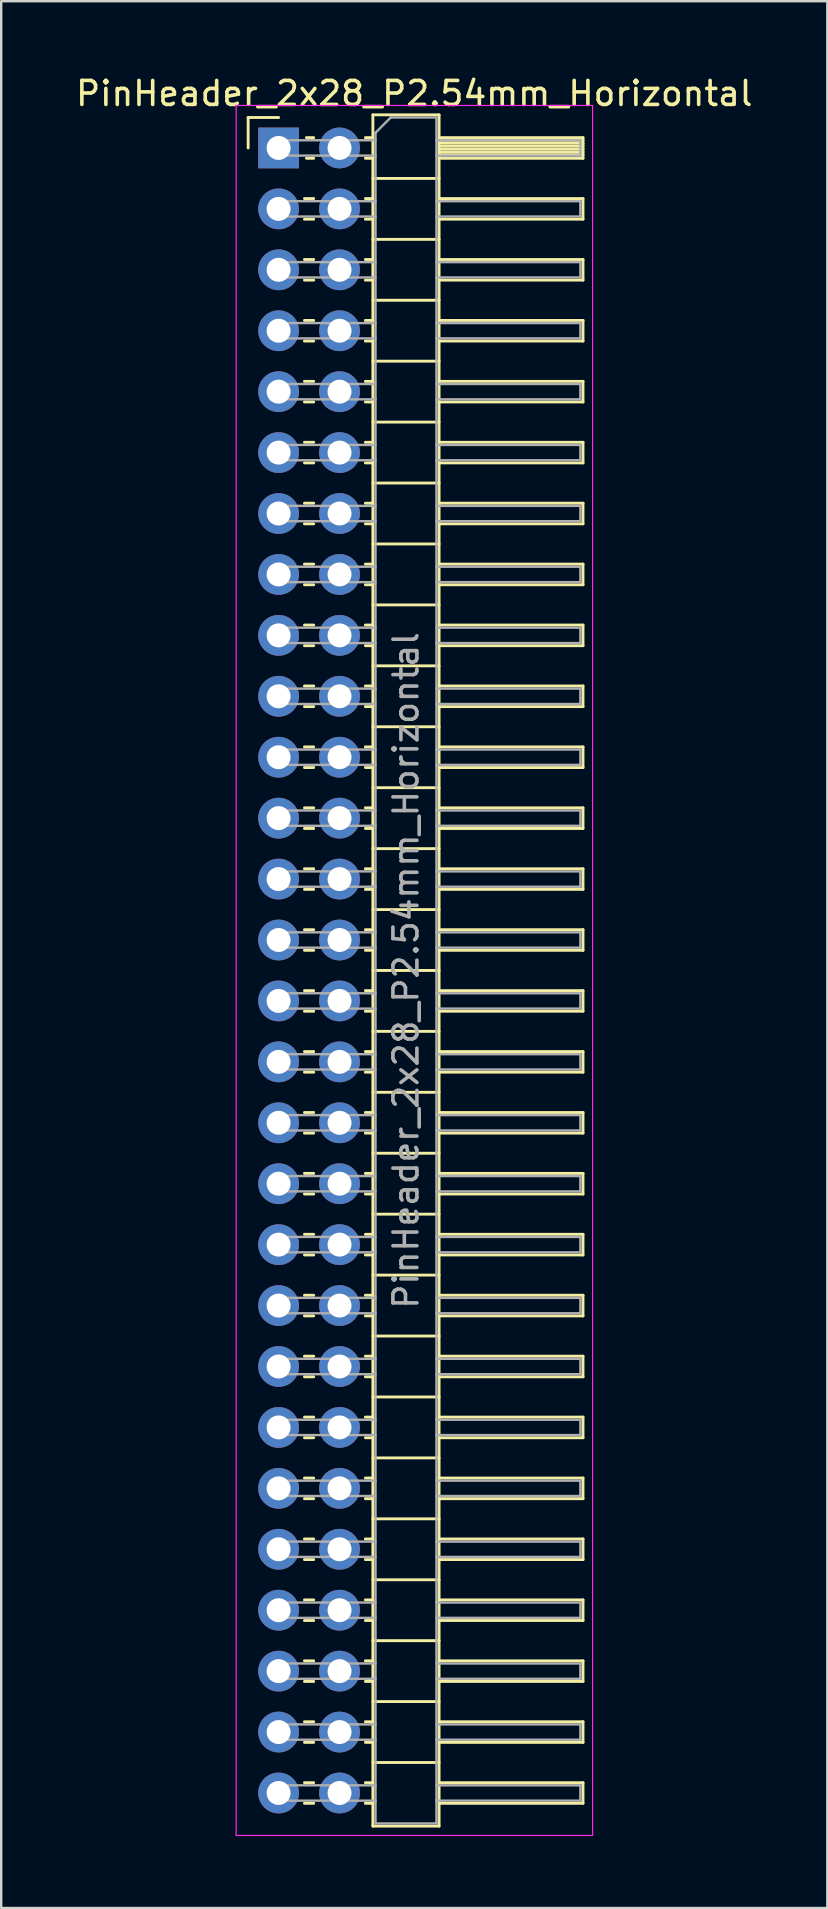
<source format=kicad_pcb>
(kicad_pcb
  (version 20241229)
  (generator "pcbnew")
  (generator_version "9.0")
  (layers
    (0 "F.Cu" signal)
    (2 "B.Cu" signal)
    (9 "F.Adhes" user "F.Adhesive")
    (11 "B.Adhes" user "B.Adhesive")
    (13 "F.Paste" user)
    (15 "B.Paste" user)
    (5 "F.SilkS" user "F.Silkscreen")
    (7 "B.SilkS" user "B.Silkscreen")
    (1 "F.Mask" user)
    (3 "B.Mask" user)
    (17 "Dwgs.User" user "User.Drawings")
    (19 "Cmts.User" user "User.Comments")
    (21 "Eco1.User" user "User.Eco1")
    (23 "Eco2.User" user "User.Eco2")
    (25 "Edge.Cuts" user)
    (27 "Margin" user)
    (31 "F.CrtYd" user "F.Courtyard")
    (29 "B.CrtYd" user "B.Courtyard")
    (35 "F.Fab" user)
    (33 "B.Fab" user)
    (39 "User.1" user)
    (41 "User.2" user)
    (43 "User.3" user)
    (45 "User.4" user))
  (footprint "PinHeader_2x28_P2.54mm_Horizontal"
    (layer "F.Cu")
    (at 8.565 3.118)
    (property "Reference" "PinHeader_2x28_P2.54mm_Horizontal" (at 5.655 -2.27 0) (layer "F.SilkS") (effects (font (size 1 1) (thickness 0.15))))
    (attr through_hole)
    (fp_line (start -1.27 -1.27) (end 0 -1.27) (stroke (width 0.12) (type solid)) (layer "F.SilkS"))
    (fp_line (start -1.27 0) (end -1.27 -1.27) (stroke (width 0.12) (type solid)) (layer "F.SilkS"))
    (fp_line (start 1.077 2.11) (end 1.463 2.11) (stroke (width 0.12) (type solid)) (layer "F.SilkS"))
    (fp_line (start 1.077 2.97) (end 1.463 2.97) (stroke (width 0.12) (type solid)) (layer "F.SilkS"))
    (fp_line (start 1.077 4.65) (end 1.463 4.65) (stroke (width 0.12) (type solid)) (layer "F.SilkS"))
    (fp_line (start 1.077 5.51) (end 1.463 5.51) (stroke (width 0.12) (type solid)) (layer "F.SilkS"))
    (fp_line (start 1.077 7.19) (end 1.463 7.19) (stroke (width 0.12) (type solid)) (layer "F.SilkS"))
    (fp_line (start 1.077 8.05) (end 1.463 8.05) (stroke (width 0.12) (type solid)) (layer "F.SilkS"))
    (fp_line (start 1.077 9.73) (end 1.463 9.73) (stroke (width 0.12) (type solid)) (layer "F.SilkS"))
    (fp_line (start 1.077 10.59) (end 1.463 10.59) (stroke (width 0.12) (type solid)) (layer "F.SilkS"))
    (fp_line (start 1.077 12.27) (end 1.463 12.27) (stroke (width 0.12) (type solid)) (layer "F.SilkS"))
    (fp_line (start 1.077 13.13) (end 1.463 13.13) (stroke (width 0.12) (type solid)) (layer "F.SilkS"))
    (fp_line (start 1.077 14.81) (end 1.463 14.81) (stroke (width 0.12) (type solid)) (layer "F.SilkS"))
    (fp_line (start 1.077 15.67) (end 1.463 15.67) (stroke (width 0.12) (type solid)) (layer "F.SilkS"))
    (fp_line (start 1.077 17.35) (end 1.463 17.35) (stroke (width 0.12) (type solid)) (layer "F.SilkS"))
    (fp_line (start 1.077 18.21) (end 1.463 18.21) (stroke (width 0.12) (type solid)) (layer "F.SilkS"))
    (fp_line (start 1.077 19.89) (end 1.463 19.89) (stroke (width 0.12) (type solid)) (layer "F.SilkS"))
    (fp_line (start 1.077 20.75) (end 1.463 20.75) (stroke (width 0.12) (type solid)) (layer "F.SilkS"))
    (fp_line (start 1.077 22.43) (end 1.463 22.43) (stroke (width 0.12) (type solid)) (layer "F.SilkS"))
    (fp_line (start 1.077 23.29) (end 1.463 23.29) (stroke (width 0.12) (type solid)) (layer "F.SilkS"))
    (fp_line (start 1.077 24.97) (end 1.463 24.97) (stroke (width 0.12) (type solid)) (layer "F.SilkS"))
    (fp_line (start 1.077 25.83) (end 1.463 25.83) (stroke (width 0.12) (type solid)) (layer "F.SilkS"))
    (fp_line (start 1.077 27.51) (end 1.463 27.51) (stroke (width 0.12) (type solid)) (layer "F.SilkS"))
    (fp_line (start 1.077 28.37) (end 1.463 28.37) (stroke (width 0.12) (type solid)) (layer "F.SilkS"))
    (fp_line (start 1.077 30.05) (end 1.463 30.05) (stroke (width 0.12) (type solid)) (layer "F.SilkS"))
    (fp_line (start 1.077 30.91) (end 1.463 30.91) (stroke (width 0.12) (type solid)) (layer "F.SilkS"))
    (fp_line (start 1.077 32.59) (end 1.463 32.59) (stroke (width 0.12) (type solid)) (layer "F.SilkS"))
    (fp_line (start 1.077 33.45) (end 1.463 33.45) (stroke (width 0.12) (type solid)) (layer "F.SilkS"))
    (fp_line (start 1.077 35.13) (end 1.463 35.13) (stroke (width 0.12) (type solid)) (layer "F.SilkS"))
    (fp_line (start 1.077 35.99) (end 1.463 35.99) (stroke (width 0.12) (type solid)) (layer "F.SilkS"))
    (fp_line (start 1.077 37.67) (end 1.463 37.67) (stroke (width 0.12) (type solid)) (layer "F.SilkS"))
    (fp_line (start 1.077 38.53) (end 1.463 38.53) (stroke (width 0.12) (type solid)) (layer "F.SilkS"))
    (fp_line (start 1.077 40.21) (end 1.463 40.21) (stroke (width 0.12) (type solid)) (layer "F.SilkS"))
    (fp_line (start 1.077 41.07) (end 1.463 41.07) (stroke (width 0.12) (type solid)) (layer "F.SilkS"))
    (fp_line (start 1.077 42.75) (end 1.463 42.75) (stroke (width 0.12) (type solid)) (layer "F.SilkS"))
    (fp_line (start 1.077 43.61) (end 1.463 43.61) (stroke (width 0.12) (type solid)) (layer "F.SilkS"))
    (fp_line (start 1.077 45.29) (end 1.463 45.29) (stroke (width 0.12) (type solid)) (layer "F.SilkS"))
    (fp_line (start 1.077 46.15) (end 1.463 46.15) (stroke (width 0.12) (type solid)) (layer "F.SilkS"))
    (fp_line (start 1.077 47.83) (end 1.463 47.83) (stroke (width 0.12) (type solid)) (layer "F.SilkS"))
    (fp_line (start 1.077 48.69) (end 1.463 48.69) (stroke (width 0.12) (type solid)) (layer "F.SilkS"))
    (fp_line (start 1.077 50.37) (end 1.463 50.37) (stroke (width 0.12) (type solid)) (layer "F.SilkS"))
    (fp_line (start 1.077 51.23) (end 1.463 51.23) (stroke (width 0.12) (type solid)) (layer "F.SilkS"))
    (fp_line (start 1.077 52.91) (end 1.463 52.91) (stroke (width 0.12) (type solid)) (layer "F.SilkS"))
    (fp_line (start 1.077 53.77) (end 1.463 53.77) (stroke (width 0.12) (type solid)) (layer "F.SilkS"))
    (fp_line (start 1.077 55.45) (end 1.463 55.45) (stroke (width 0.12) (type solid)) (layer "F.SilkS"))
    (fp_line (start 1.077 56.31) (end 1.463 56.31) (stroke (width 0.12) (type solid)) (layer "F.SilkS"))
    (fp_line (start 1.077 57.99) (end 1.463 57.99) (stroke (width 0.12) (type solid)) (layer "F.SilkS"))
    (fp_line (start 1.077 58.85) (end 1.463 58.85) (stroke (width 0.12) (type solid)) (layer "F.SilkS"))
    (fp_line (start 1.077 60.53) (end 1.463 60.53) (stroke (width 0.12) (type solid)) (layer "F.SilkS"))
    (fp_line (start 1.077 61.39) (end 1.463 61.39) (stroke (width 0.12) (type solid)) (layer "F.SilkS"))
    (fp_line (start 1.077 63.07) (end 1.463 63.07) (stroke (width 0.12) (type solid)) (layer "F.SilkS"))
    (fp_line (start 1.077 63.93) (end 1.463 63.93) (stroke (width 0.12) (type solid)) (layer "F.SilkS"))
    (fp_line (start 1.077 65.61) (end 1.463 65.61) (stroke (width 0.12) (type solid)) (layer "F.SilkS"))
    (fp_line (start 1.077 66.47) (end 1.463 66.47) (stroke (width 0.12) (type solid)) (layer "F.SilkS"))
    (fp_line (start 1.077 68.15) (end 1.463 68.15) (stroke (width 0.12) (type solid)) (layer "F.SilkS"))
    (fp_line (start 1.077 69.01) (end 1.463 69.01) (stroke (width 0.12) (type solid)) (layer "F.SilkS"))
    (fp_line (start 1.16 -0.43) (end 1.463 -0.43) (stroke (width 0.12) (type solid)) (layer "F.SilkS"))
    (fp_line (start 1.16 0.43) (end 1.463 0.43) (stroke (width 0.12) (type solid)) (layer "F.SilkS"))
    (fp_line (start 3.617 -0.43) (end 3.93 -0.43) (stroke (width 0.12) (type solid)) (layer "F.SilkS"))
    (fp_line (start 3.617 0.43) (end 3.93 0.43) (stroke (width 0.12) (type solid)) (layer "F.SilkS"))
    (fp_line (start 3.617 2.11) (end 3.93 2.11) (stroke (width 0.12) (type solid)) (layer "F.SilkS"))
    (fp_line (start 3.617 2.97) (end 3.93 2.97) (stroke (width 0.12) (type solid)) (layer "F.SilkS"))
    (fp_line (start 3.617 4.65) (end 3.93 4.65) (stroke (width 0.12) (type solid)) (layer "F.SilkS"))
    (fp_line (start 3.617 5.51) (end 3.93 5.51) (stroke (width 0.12) (type solid)) (layer "F.SilkS"))
    (fp_line (start 3.617 7.19) (end 3.93 7.19) (stroke (width 0.12) (type solid)) (layer "F.SilkS"))
    (fp_line (start 3.617 8.05) (end 3.93 8.05) (stroke (width 0.12) (type solid)) (layer "F.SilkS"))
    (fp_line (start 3.617 9.73) (end 3.93 9.73) (stroke (width 0.12) (type solid)) (layer "F.SilkS"))
    (fp_line (start 3.617 10.59) (end 3.93 10.59) (stroke (width 0.12) (type solid)) (layer "F.SilkS"))
    (fp_line (start 3.617 12.27) (end 3.93 12.27) (stroke (width 0.12) (type solid)) (layer "F.SilkS"))
    (fp_line (start 3.617 13.13) (end 3.93 13.13) (stroke (width 0.12) (type solid)) (layer "F.SilkS"))
    (fp_line (start 3.617 14.81) (end 3.93 14.81) (stroke (width 0.12) (type solid)) (layer "F.SilkS"))
    (fp_line (start 3.617 15.67) (end 3.93 15.67) (stroke (width 0.12) (type solid)) (layer "F.SilkS"))
    (fp_line (start 3.617 17.35) (end 3.93 17.35) (stroke (width 0.12) (type solid)) (layer "F.SilkS"))
    (fp_line (start 3.617 18.21) (end 3.93 18.21) (stroke (width 0.12) (type solid)) (layer "F.SilkS"))
    (fp_line (start 3.617 19.89) (end 3.93 19.89) (stroke (width 0.12) (type solid)) (layer "F.SilkS"))
    (fp_line (start 3.617 20.75) (end 3.93 20.75) (stroke (width 0.12) (type solid)) (layer "F.SilkS"))
    (fp_line (start 3.617 22.43) (end 3.93 22.43) (stroke (width 0.12) (type solid)) (layer "F.SilkS"))
    (fp_line (start 3.617 23.29) (end 3.93 23.29) (stroke (width 0.12) (type solid)) (layer "F.SilkS"))
    (fp_line (start 3.617 24.97) (end 3.93 24.97) (stroke (width 0.12) (type solid)) (layer "F.SilkS"))
    (fp_line (start 3.617 25.83) (end 3.93 25.83) (stroke (width 0.12) (type solid)) (layer "F.SilkS"))
    (fp_line (start 3.617 27.51) (end 3.93 27.51) (stroke (width 0.12) (type solid)) (layer "F.SilkS"))
    (fp_line (start 3.617 28.37) (end 3.93 28.37) (stroke (width 0.12) (type solid)) (layer "F.SilkS"))
    (fp_line (start 3.617 30.05) (end 3.93 30.05) (stroke (width 0.12) (type solid)) (layer "F.SilkS"))
    (fp_line (start 3.617 30.91) (end 3.93 30.91) (stroke (width 0.12) (type solid)) (layer "F.SilkS"))
    (fp_line (start 3.617 32.59) (end 3.93 32.59) (stroke (width 0.12) (type solid)) (layer "F.SilkS"))
    (fp_line (start 3.617 33.45) (end 3.93 33.45) (stroke (width 0.12) (type solid)) (layer "F.SilkS"))
    (fp_line (start 3.617 35.13) (end 3.93 35.13) (stroke (width 0.12) (type solid)) (layer "F.SilkS"))
    (fp_line (start 3.617 35.99) (end 3.93 35.99) (stroke (width 0.12) (type solid)) (layer "F.SilkS"))
    (fp_line (start 3.617 37.67) (end 3.93 37.67) (stroke (width 0.12) (type solid)) (layer "F.SilkS"))
    (fp_line (start 3.617 38.53) (end 3.93 38.53) (stroke (width 0.12) (type solid)) (layer "F.SilkS"))
    (fp_line (start 3.617 40.21) (end 3.93 40.21) (stroke (width 0.12) (type solid)) (layer "F.SilkS"))
    (fp_line (start 3.617 41.07) (end 3.93 41.07) (stroke (width 0.12) (type solid)) (layer "F.SilkS"))
    (fp_line (start 3.617 42.75) (end 3.93 42.75) (stroke (width 0.12) (type solid)) (layer "F.SilkS"))
    (fp_line (start 3.617 43.61) (end 3.93 43.61) (stroke (width 0.12) (type solid)) (layer "F.SilkS"))
    (fp_line (start 3.617 45.29) (end 3.93 45.29) (stroke (width 0.12) (type solid)) (layer "F.SilkS"))
    (fp_line (start 3.617 46.15) (end 3.93 46.15) (stroke (width 0.12) (type solid)) (layer "F.SilkS"))
    (fp_line (start 3.617 47.83) (end 3.93 47.83) (stroke (width 0.12) (type solid)) (layer "F.SilkS"))
    (fp_line (start 3.617 48.69) (end 3.93 48.69) (stroke (width 0.12) (type solid)) (layer "F.SilkS"))
    (fp_line (start 3.617 50.37) (end 3.93 50.37) (stroke (width 0.12) (type solid)) (layer "F.SilkS"))
    (fp_line (start 3.617 51.23) (end 3.93 51.23) (stroke (width 0.12) (type solid)) (layer "F.SilkS"))
    (fp_line (start 3.617 52.91) (end 3.93 52.91) (stroke (width 0.12) (type solid)) (layer "F.SilkS"))
    (fp_line (start 3.617 53.77) (end 3.93 53.77) (stroke (width 0.12) (type solid)) (layer "F.SilkS"))
    (fp_line (start 3.617 55.45) (end 3.93 55.45) (stroke (width 0.12) (type solid)) (layer "F.SilkS"))
    (fp_line (start 3.617 56.31) (end 3.93 56.31) (stroke (width 0.12) (type solid)) (layer "F.SilkS"))
    (fp_line (start 3.617 57.99) (end 3.93 57.99) (stroke (width 0.12) (type solid)) (layer "F.SilkS"))
    (fp_line (start 3.617 58.85) (end 3.93 58.85) (stroke (width 0.12) (type solid)) (layer "F.SilkS"))
    (fp_line (start 3.617 60.53) (end 3.93 60.53) (stroke (width 0.12) (type solid)) (layer "F.SilkS"))
    (fp_line (start 3.617 61.39) (end 3.93 61.39) (stroke (width 0.12) (type solid)) (layer "F.SilkS"))
    (fp_line (start 3.617 63.07) (end 3.93 63.07) (stroke (width 0.12) (type solid)) (layer "F.SilkS"))
    (fp_line (start 3.617 63.93) (end 3.93 63.93) (stroke (width 0.12) (type solid)) (layer "F.SilkS"))
    (fp_line (start 3.617 65.61) (end 3.93 65.61) (stroke (width 0.12) (type solid)) (layer "F.SilkS"))
    (fp_line (start 3.617 66.47) (end 3.93 66.47) (stroke (width 0.12) (type solid)) (layer "F.SilkS"))
    (fp_line (start 3.617 68.15) (end 3.93 68.15) (stroke (width 0.12) (type solid)) (layer "F.SilkS"))
    (fp_line (start 3.617 69.01) (end 3.93 69.01) (stroke (width 0.12) (type solid)) (layer "F.SilkS"))
    (fp_line (start 3.93 -1.38) (end 3.93 69.96) (stroke (width 0.12) (type solid)) (layer "F.SilkS"))
    (fp_line (start 3.93 1.27) (end 6.69 1.27) (stroke (width 0.12) (type solid)) (layer "F.SilkS"))
    (fp_line (start 3.93 3.81) (end 6.69 3.81) (stroke (width 0.12) (type solid)) (layer "F.SilkS"))
    (fp_line (start 3.93 6.35) (end 6.69 6.35) (stroke (width 0.12) (type solid)) (layer "F.SilkS"))
    (fp_line (start 3.93 8.89) (end 6.69 8.89) (stroke (width 0.12) (type solid)) (layer "F.SilkS"))
    (fp_line (start 3.93 11.43) (end 6.69 11.43) (stroke (width 0.12) (type solid)) (layer "F.SilkS"))
    (fp_line (start 3.93 13.97) (end 6.69 13.97) (stroke (width 0.12) (type solid)) (layer "F.SilkS"))
    (fp_line (start 3.93 16.51) (end 6.69 16.51) (stroke (width 0.12) (type solid)) (layer "F.SilkS"))
    (fp_line (start 3.93 19.05) (end 6.69 19.05) (stroke (width 0.12) (type solid)) (layer "F.SilkS"))
    (fp_line (start 3.93 21.59) (end 6.69 21.59) (stroke (width 0.12) (type solid)) (layer "F.SilkS"))
    (fp_line (start 3.93 24.13) (end 6.69 24.13) (stroke (width 0.12) (type solid)) (layer "F.SilkS"))
    (fp_line (start 3.93 26.67) (end 6.69 26.67) (stroke (width 0.12) (type solid)) (layer "F.SilkS"))
    (fp_line (start 3.93 29.21) (end 6.69 29.21) (stroke (width 0.12) (type solid)) (layer "F.SilkS"))
    (fp_line (start 3.93 31.75) (end 6.69 31.75) (stroke (width 0.12) (type solid)) (layer "F.SilkS"))
    (fp_line (start 3.93 34.29) (end 6.69 34.29) (stroke (width 0.12) (type solid)) (layer "F.SilkS"))
    (fp_line (start 3.93 36.83) (end 6.69 36.83) (stroke (width 0.12) (type solid)) (layer "F.SilkS"))
    (fp_line (start 3.93 39.37) (end 6.69 39.37) (stroke (width 0.12) (type solid)) (layer "F.SilkS"))
    (fp_line (start 3.93 41.91) (end 6.69 41.91) (stroke (width 0.12) (type solid)) (layer "F.SilkS"))
    (fp_line (start 3.93 44.45) (end 6.69 44.45) (stroke (width 0.12) (type solid)) (layer "F.SilkS"))
    (fp_line (start 3.93 46.99) (end 6.69 46.99) (stroke (width 0.12) (type solid)) (layer "F.SilkS"))
    (fp_line (start 3.93 49.53) (end 6.69 49.53) (stroke (width 0.12) (type solid)) (layer "F.SilkS"))
    (fp_line (start 3.93 52.07) (end 6.69 52.07) (stroke (width 0.12) (type solid)) (layer "F.SilkS"))
    (fp_line (start 3.93 54.61) (end 6.69 54.61) (stroke (width 0.12) (type solid)) (layer "F.SilkS"))
    (fp_line (start 3.93 57.15) (end 6.69 57.15) (stroke (width 0.12) (type solid)) (layer "F.SilkS"))
    (fp_line (start 3.93 59.69) (end 6.69 59.69) (stroke (width 0.12) (type solid)) (layer "F.SilkS"))
    (fp_line (start 3.93 62.23) (end 6.69 62.23) (stroke (width 0.12) (type solid)) (layer "F.SilkS"))
    (fp_line (start 3.93 64.77) (end 6.69 64.77) (stroke (width 0.12) (type solid)) (layer "F.SilkS"))
    (fp_line (start 3.93 67.31) (end 6.69 67.31) (stroke (width 0.12) (type solid)) (layer "F.SilkS"))
    (fp_line (start 3.93 69.96) (end 6.69 69.96) (stroke (width 0.12) (type solid)) (layer "F.SilkS"))
    (fp_line (start 6.69 -1.38) (end 3.93 -1.38) (stroke (width 0.12) (type solid)) (layer "F.SilkS"))
    (fp_line (start 6.69 -0.43) (end 12.69 -0.43) (stroke (width 0.12) (type solid)) (layer "F.SilkS"))
    (fp_line (start 6.69 -0.32) (end 12.69 -0.32) (stroke (width 0.12) (type solid)) (layer "F.SilkS"))
    (fp_line (start 6.69 -0.2) (end 12.69 -0.2) (stroke (width 0.12) (type solid)) (layer "F.SilkS"))
    (fp_line (start 6.69 -0.08) (end 12.69 -0.08) (stroke (width 0.12) (type solid)) (layer "F.SilkS"))
    (fp_line (start 6.69 0.04) (end 12.69 0.04) (stroke (width 0.12) (type solid)) (layer "F.SilkS"))
    (fp_line (start 6.69 0.16) (end 12.69 0.16) (stroke (width 0.12) (type solid)) (layer "F.SilkS"))
    (fp_line (start 6.69 0.28) (end 12.69 0.28) (stroke (width 0.12) (type solid)) (layer "F.SilkS"))
    (fp_line (start 6.69 2.11) (end 12.69 2.11) (stroke (width 0.12) (type solid)) (layer "F.SilkS"))
    (fp_line (start 6.69 4.65) (end 12.69 4.65) (stroke (width 0.12) (type solid)) (layer "F.SilkS"))
    (fp_line (start 6.69 7.19) (end 12.69 7.19) (stroke (width 0.12) (type solid)) (layer "F.SilkS"))
    (fp_line (start 6.69 9.73) (end 12.69 9.73) (stroke (width 0.12) (type solid)) (layer "F.SilkS"))
    (fp_line (start 6.69 12.27) (end 12.69 12.27) (stroke (width 0.12) (type solid)) (layer "F.SilkS"))
    (fp_line (start 6.69 14.81) (end 12.69 14.81) (stroke (width 0.12) (type solid)) (layer "F.SilkS"))
    (fp_line (start 6.69 17.35) (end 12.69 17.35) (stroke (width 0.12) (type solid)) (layer "F.SilkS"))
    (fp_line (start 6.69 19.89) (end 12.69 19.89) (stroke (width 0.12) (type solid)) (layer "F.SilkS"))
    (fp_line (start 6.69 22.43) (end 12.69 22.43) (stroke (width 0.12) (type solid)) (layer "F.SilkS"))
    (fp_line (start 6.69 24.97) (end 12.69 24.97) (stroke (width 0.12) (type solid)) (layer "F.SilkS"))
    (fp_line (start 6.69 27.51) (end 12.69 27.51) (stroke (width 0.12) (type solid)) (layer "F.SilkS"))
    (fp_line (start 6.69 30.05) (end 12.69 30.05) (stroke (width 0.12) (type solid)) (layer "F.SilkS"))
    (fp_line (start 6.69 32.59) (end 12.69 32.59) (stroke (width 0.12) (type solid)) (layer "F.SilkS"))
    (fp_line (start 6.69 35.13) (end 12.69 35.13) (stroke (width 0.12) (type solid)) (layer "F.SilkS"))
    (fp_line (start 6.69 37.67) (end 12.69 37.67) (stroke (width 0.12) (type solid)) (layer "F.SilkS"))
    (fp_line (start 6.69 40.21) (end 12.69 40.21) (stroke (width 0.12) (type solid)) (layer "F.SilkS"))
    (fp_line (start 6.69 42.75) (end 12.69 42.75) (stroke (width 0.12) (type solid)) (layer "F.SilkS"))
    (fp_line (start 6.69 45.29) (end 12.69 45.29) (stroke (width 0.12) (type solid)) (layer "F.SilkS"))
    (fp_line (start 6.69 47.83) (end 12.69 47.83) (stroke (width 0.12) (type solid)) (layer "F.SilkS"))
    (fp_line (start 6.69 50.37) (end 12.69 50.37) (stroke (width 0.12) (type solid)) (layer "F.SilkS"))
    (fp_line (start 6.69 52.91) (end 12.69 52.91) (stroke (width 0.12) (type solid)) (layer "F.SilkS"))
    (fp_line (start 6.69 55.45) (end 12.69 55.45) (stroke (width 0.12) (type solid)) (layer "F.SilkS"))
    (fp_line (start 6.69 57.99) (end 12.69 57.99) (stroke (width 0.12) (type solid)) (layer "F.SilkS"))
    (fp_line (start 6.69 60.53) (end 12.69 60.53) (stroke (width 0.12) (type solid)) (layer "F.SilkS"))
    (fp_line (start 6.69 63.07) (end 12.69 63.07) (stroke (width 0.12) (type solid)) (layer "F.SilkS"))
    (fp_line (start 6.69 65.61) (end 12.69 65.61) (stroke (width 0.12) (type solid)) (layer "F.SilkS"))
    (fp_line (start 6.69 68.15) (end 12.69 68.15) (stroke (width 0.12) (type solid)) (layer "F.SilkS"))
    (fp_line (start 6.69 69.96) (end 6.69 -1.38) (stroke (width 0.12) (type solid)) (layer "F.SilkS"))
    (fp_line (start 12.69 -0.43) (end 12.69 0.43) (stroke (width 0.12) (type solid)) (layer "F.SilkS"))
    (fp_line (start 12.69 0.43) (end 6.69 0.43) (stroke (width 0.12) (type solid)) (layer "F.SilkS"))
    (fp_line (start 12.69 2.11) (end 12.69 2.97) (stroke (width 0.12) (type solid)) (layer "F.SilkS"))
    (fp_line (start 12.69 2.97) (end 6.69 2.97) (stroke (width 0.12) (type solid)) (layer "F.SilkS"))
    (fp_line (start 12.69 4.65) (end 12.69 5.51) (stroke (width 0.12) (type solid)) (layer "F.SilkS"))
    (fp_line (start 12.69 5.51) (end 6.69 5.51) (stroke (width 0.12) (type solid)) (layer "F.SilkS"))
    (fp_line (start 12.69 7.19) (end 12.69 8.05) (stroke (width 0.12) (type solid)) (layer "F.SilkS"))
    (fp_line (start 12.69 8.05) (end 6.69 8.05) (stroke (width 0.12) (type solid)) (layer "F.SilkS"))
    (fp_line (start 12.69 9.73) (end 12.69 10.59) (stroke (width 0.12) (type solid)) (layer "F.SilkS"))
    (fp_line (start 12.69 10.59) (end 6.69 10.59) (stroke (width 0.12) (type solid)) (layer "F.SilkS"))
    (fp_line (start 12.69 12.27) (end 12.69 13.13) (stroke (width 0.12) (type solid)) (layer "F.SilkS"))
    (fp_line (start 12.69 13.13) (end 6.69 13.13) (stroke (width 0.12) (type solid)) (layer "F.SilkS"))
    (fp_line (start 12.69 14.81) (end 12.69 15.67) (stroke (width 0.12) (type solid)) (layer "F.SilkS"))
    (fp_line (start 12.69 15.67) (end 6.69 15.67) (stroke (width 0.12) (type solid)) (layer "F.SilkS"))
    (fp_line (start 12.69 17.35) (end 12.69 18.21) (stroke (width 0.12) (type solid)) (layer "F.SilkS"))
    (fp_line (start 12.69 18.21) (end 6.69 18.21) (stroke (width 0.12) (type solid)) (layer "F.SilkS"))
    (fp_line (start 12.69 19.89) (end 12.69 20.75) (stroke (width 0.12) (type solid)) (layer "F.SilkS"))
    (fp_line (start 12.69 20.75) (end 6.69 20.75) (stroke (width 0.12) (type solid)) (layer "F.SilkS"))
    (fp_line (start 12.69 22.43) (end 12.69 23.29) (stroke (width 0.12) (type solid)) (layer "F.SilkS"))
    (fp_line (start 12.69 23.29) (end 6.69 23.29) (stroke (width 0.12) (type solid)) (layer "F.SilkS"))
    (fp_line (start 12.69 24.97) (end 12.69 25.83) (stroke (width 0.12) (type solid)) (layer "F.SilkS"))
    (fp_line (start 12.69 25.83) (end 6.69 25.83) (stroke (width 0.12) (type solid)) (layer "F.SilkS"))
    (fp_line (start 12.69 27.51) (end 12.69 28.37) (stroke (width 0.12) (type solid)) (layer "F.SilkS"))
    (fp_line (start 12.69 28.37) (end 6.69 28.37) (stroke (width 0.12) (type solid)) (layer "F.SilkS"))
    (fp_line (start 12.69 30.05) (end 12.69 30.91) (stroke (width 0.12) (type solid)) (layer "F.SilkS"))
    (fp_line (start 12.69 30.91) (end 6.69 30.91) (stroke (width 0.12) (type solid)) (layer "F.SilkS"))
    (fp_line (start 12.69 32.59) (end 12.69 33.45) (stroke (width 0.12) (type solid)) (layer "F.SilkS"))
    (fp_line (start 12.69 33.45) (end 6.69 33.45) (stroke (width 0.12) (type solid)) (layer "F.SilkS"))
    (fp_line (start 12.69 35.13) (end 12.69 35.99) (stroke (width 0.12) (type solid)) (layer "F.SilkS"))
    (fp_line (start 12.69 35.99) (end 6.69 35.99) (stroke (width 0.12) (type solid)) (layer "F.SilkS"))
    (fp_line (start 12.69 37.67) (end 12.69 38.53) (stroke (width 0.12) (type solid)) (layer "F.SilkS"))
    (fp_line (start 12.69 38.53) (end 6.69 38.53) (stroke (width 0.12) (type solid)) (layer "F.SilkS"))
    (fp_line (start 12.69 40.21) (end 12.69 41.07) (stroke (width 0.12) (type solid)) (layer "F.SilkS"))
    (fp_line (start 12.69 41.07) (end 6.69 41.07) (stroke (width 0.12) (type solid)) (layer "F.SilkS"))
    (fp_line (start 12.69 42.75) (end 12.69 43.61) (stroke (width 0.12) (type solid)) (layer "F.SilkS"))
    (fp_line (start 12.69 43.61) (end 6.69 43.61) (stroke (width 0.12) (type solid)) (layer "F.SilkS"))
    (fp_line (start 12.69 45.29) (end 12.69 46.15) (stroke (width 0.12) (type solid)) (layer "F.SilkS"))
    (fp_line (start 12.69 46.15) (end 6.69 46.15) (stroke (width 0.12) (type solid)) (layer "F.SilkS"))
    (fp_line (start 12.69 47.83) (end 12.69 48.69) (stroke (width 0.12) (type solid)) (layer "F.SilkS"))
    (fp_line (start 12.69 48.69) (end 6.69 48.69) (stroke (width 0.12) (type solid)) (layer "F.SilkS"))
    (fp_line (start 12.69 50.37) (end 12.69 51.23) (stroke (width 0.12) (type solid)) (layer "F.SilkS"))
    (fp_line (start 12.69 51.23) (end 6.69 51.23) (stroke (width 0.12) (type solid)) (layer "F.SilkS"))
    (fp_line (start 12.69 52.91) (end 12.69 53.77) (stroke (width 0.12) (type solid)) (layer "F.SilkS"))
    (fp_line (start 12.69 53.77) (end 6.69 53.77) (stroke (width 0.12) (type solid)) (layer "F.SilkS"))
    (fp_line (start 12.69 55.45) (end 12.69 56.31) (stroke (width 0.12) (type solid)) (layer "F.SilkS"))
    (fp_line (start 12.69 56.31) (end 6.69 56.31) (stroke (width 0.12) (type solid)) (layer "F.SilkS"))
    (fp_line (start 12.69 57.99) (end 12.69 58.85) (stroke (width 0.12) (type solid)) (layer "F.SilkS"))
    (fp_line (start 12.69 58.85) (end 6.69 58.85) (stroke (width 0.12) (type solid)) (layer "F.SilkS"))
    (fp_line (start 12.69 60.53) (end 12.69 61.39) (stroke (width 0.12) (type solid)) (layer "F.SilkS"))
    (fp_line (start 12.69 61.39) (end 6.69 61.39) (stroke (width 0.12) (type solid)) (layer "F.SilkS"))
    (fp_line (start 12.69 63.07) (end 12.69 63.93) (stroke (width 0.12) (type solid)) (layer "F.SilkS"))
    (fp_line (start 12.69 63.93) (end 6.69 63.93) (stroke (width 0.12) (type solid)) (layer "F.SilkS"))
    (fp_line (start 12.69 65.61) (end 12.69 66.47) (stroke (width 0.12) (type solid)) (layer "F.SilkS"))
    (fp_line (start 12.69 66.47) (end 6.69 66.47) (stroke (width 0.12) (type solid)) (layer "F.SilkS"))
    (fp_line (start 12.69 68.15) (end 12.69 69.01) (stroke (width 0.12) (type solid)) (layer "F.SilkS"))
    (fp_line (start 12.69 69.01) (end 6.69 69.01) (stroke (width 0.12) (type solid)) (layer "F.SilkS"))
    (fp_line (start -1.77 -1.77) (end -1.77 70.35) (stroke (width 0.05) (type solid)) (layer "F.CrtYd"))
    (fp_line (start -1.77 70.35) (end 13.09 70.35) (stroke (width 0.05) (type solid)) (layer "F.CrtYd"))
    (fp_line (start 13.09 -1.77) (end -1.77 -1.77) (stroke (width 0.05) (type solid)) (layer "F.CrtYd"))
    (fp_line (start 13.09 70.35) (end 13.09 -1.77) (stroke (width 0.05) (type solid)) (layer "F.CrtYd"))
    (fp_line (start -0.32 -0.32) (end -0.32 0.32) (stroke (width 0.1) (type solid)) (layer "F.Fab"))
    (fp_line (start -0.32 -0.32) (end 4.04 -0.32) (stroke (width 0.1) (type solid)) (layer "F.Fab"))
    (fp_line (start -0.32 0.32) (end 4.04 0.32) (stroke (width 0.1) (type solid)) (layer "F.Fab"))
    (fp_line (start -0.32 2.22) (end -0.32 2.86) (stroke (width 0.1) (type solid)) (layer "F.Fab"))
    (fp_line (start -0.32 2.22) (end 4.04 2.22) (stroke (width 0.1) (type solid)) (layer "F.Fab"))
    (fp_line (start -0.32 2.86) (end 4.04 2.86) (stroke (width 0.1) (type solid)) (layer "F.Fab"))
    (fp_line (start -0.32 4.76) (end -0.32 5.4) (stroke (width 0.1) (type solid)) (layer "F.Fab"))
    (fp_line (start -0.32 4.76) (end 4.04 4.76) (stroke (width 0.1) (type solid)) (layer "F.Fab"))
    (fp_line (start -0.32 5.4) (end 4.04 5.4) (stroke (width 0.1) (type solid)) (layer "F.Fab"))
    (fp_line (start -0.32 7.3) (end -0.32 7.94) (stroke (width 0.1) (type solid)) (layer "F.Fab"))
    (fp_line (start -0.32 7.3) (end 4.04 7.3) (stroke (width 0.1) (type solid)) (layer "F.Fab"))
    (fp_line (start -0.32 7.94) (end 4.04 7.94) (stroke (width 0.1) (type solid)) (layer "F.Fab"))
    (fp_line (start -0.32 9.84) (end -0.32 10.48) (stroke (width 0.1) (type solid)) (layer "F.Fab"))
    (fp_line (start -0.32 9.84) (end 4.04 9.84) (stroke (width 0.1) (type solid)) (layer "F.Fab"))
    (fp_line (start -0.32 10.48) (end 4.04 10.48) (stroke (width 0.1) (type solid)) (layer "F.Fab"))
    (fp_line (start -0.32 12.38) (end -0.32 13.02) (stroke (width 0.1) (type solid)) (layer "F.Fab"))
    (fp_line (start -0.32 12.38) (end 4.04 12.38) (stroke (width 0.1) (type solid)) (layer "F.Fab"))
    (fp_line (start -0.32 13.02) (end 4.04 13.02) (stroke (width 0.1) (type solid)) (layer "F.Fab"))
    (fp_line (start -0.32 14.92) (end -0.32 15.56) (stroke (width 0.1) (type solid)) (layer "F.Fab"))
    (fp_line (start -0.32 14.92) (end 4.04 14.92) (stroke (width 0.1) (type solid)) (layer "F.Fab"))
    (fp_line (start -0.32 15.56) (end 4.04 15.56) (stroke (width 0.1) (type solid)) (layer "F.Fab"))
    (fp_line (start -0.32 17.46) (end -0.32 18.1) (stroke (width 0.1) (type solid)) (layer "F.Fab"))
    (fp_line (start -0.32 17.46) (end 4.04 17.46) (stroke (width 0.1) (type solid)) (layer "F.Fab"))
    (fp_line (start -0.32 18.1) (end 4.04 18.1) (stroke (width 0.1) (type solid)) (layer "F.Fab"))
    (fp_line (start -0.32 20) (end -0.32 20.64) (stroke (width 0.1) (type solid)) (layer "F.Fab"))
    (fp_line (start -0.32 20) (end 4.04 20) (stroke (width 0.1) (type solid)) (layer "F.Fab"))
    (fp_line (start -0.32 20.64) (end 4.04 20.64) (stroke (width 0.1) (type solid)) (layer "F.Fab"))
    (fp_line (start -0.32 22.54) (end -0.32 23.18) (stroke (width 0.1) (type solid)) (layer "F.Fab"))
    (fp_line (start -0.32 22.54) (end 4.04 22.54) (stroke (width 0.1) (type solid)) (layer "F.Fab"))
    (fp_line (start -0.32 23.18) (end 4.04 23.18) (stroke (width 0.1) (type solid)) (layer "F.Fab"))
    (fp_line (start -0.32 25.08) (end -0.32 25.72) (stroke (width 0.1) (type solid)) (layer "F.Fab"))
    (fp_line (start -0.32 25.08) (end 4.04 25.08) (stroke (width 0.1) (type solid)) (layer "F.Fab"))
    (fp_line (start -0.32 25.72) (end 4.04 25.72) (stroke (width 0.1) (type solid)) (layer "F.Fab"))
    (fp_line (start -0.32 27.62) (end -0.32 28.26) (stroke (width 0.1) (type solid)) (layer "F.Fab"))
    (fp_line (start -0.32 27.62) (end 4.04 27.62) (stroke (width 0.1) (type solid)) (layer "F.Fab"))
    (fp_line (start -0.32 28.26) (end 4.04 28.26) (stroke (width 0.1) (type solid)) (layer "F.Fab"))
    (fp_line (start -0.32 30.16) (end -0.32 30.8) (stroke (width 0.1) (type solid)) (layer "F.Fab"))
    (fp_line (start -0.32 30.16) (end 4.04 30.16) (stroke (width 0.1) (type solid)) (layer "F.Fab"))
    (fp_line (start -0.32 30.8) (end 4.04 30.8) (stroke (width 0.1) (type solid)) (layer "F.Fab"))
    (fp_line (start -0.32 32.7) (end -0.32 33.34) (stroke (width 0.1) (type solid)) (layer "F.Fab"))
    (fp_line (start -0.32 32.7) (end 4.04 32.7) (stroke (width 0.1) (type solid)) (layer "F.Fab"))
    (fp_line (start -0.32 33.34) (end 4.04 33.34) (stroke (width 0.1) (type solid)) (layer "F.Fab"))
    (fp_line (start -0.32 35.24) (end -0.32 35.88) (stroke (width 0.1) (type solid)) (layer "F.Fab"))
    (fp_line (start -0.32 35.24) (end 4.04 35.24) (stroke (width 0.1) (type solid)) (layer "F.Fab"))
    (fp_line (start -0.32 35.88) (end 4.04 35.88) (stroke (width 0.1) (type solid)) (layer "F.Fab"))
    (fp_line (start -0.32 37.78) (end -0.32 38.42) (stroke (width 0.1) (type solid)) (layer "F.Fab"))
    (fp_line (start -0.32 37.78) (end 4.04 37.78) (stroke (width 0.1) (type solid)) (layer "F.Fab"))
    (fp_line (start -0.32 38.42) (end 4.04 38.42) (stroke (width 0.1) (type solid)) (layer "F.Fab"))
    (fp_line (start -0.32 40.32) (end -0.32 40.96) (stroke (width 0.1) (type solid)) (layer "F.Fab"))
    (fp_line (start -0.32 40.32) (end 4.04 40.32) (stroke (width 0.1) (type solid)) (layer "F.Fab"))
    (fp_line (start -0.32 40.96) (end 4.04 40.96) (stroke (width 0.1) (type solid)) (layer "F.Fab"))
    (fp_line (start -0.32 42.86) (end -0.32 43.5) (stroke (width 0.1) (type solid)) (layer "F.Fab"))
    (fp_line (start -0.32 42.86) (end 4.04 42.86) (stroke (width 0.1) (type solid)) (layer "F.Fab"))
    (fp_line (start -0.32 43.5) (end 4.04 43.5) (stroke (width 0.1) (type solid)) (layer "F.Fab"))
    (fp_line (start -0.32 45.4) (end -0.32 46.04) (stroke (width 0.1) (type solid)) (layer "F.Fab"))
    (fp_line (start -0.32 45.4) (end 4.04 45.4) (stroke (width 0.1) (type solid)) (layer "F.Fab"))
    (fp_line (start -0.32 46.04) (end 4.04 46.04) (stroke (width 0.1) (type solid)) (layer "F.Fab"))
    (fp_line (start -0.32 47.94) (end -0.32 48.58) (stroke (width 0.1) (type solid)) (layer "F.Fab"))
    (fp_line (start -0.32 47.94) (end 4.04 47.94) (stroke (width 0.1) (type solid)) (layer "F.Fab"))
    (fp_line (start -0.32 48.58) (end 4.04 48.58) (stroke (width 0.1) (type solid)) (layer "F.Fab"))
    (fp_line (start -0.32 50.48) (end -0.32 51.12) (stroke (width 0.1) (type solid)) (layer "F.Fab"))
    (fp_line (start -0.32 50.48) (end 4.04 50.48) (stroke (width 0.1) (type solid)) (layer "F.Fab"))
    (fp_line (start -0.32 51.12) (end 4.04 51.12) (stroke (width 0.1) (type solid)) (layer "F.Fab"))
    (fp_line (start -0.32 53.02) (end -0.32 53.66) (stroke (width 0.1) (type solid)) (layer "F.Fab"))
    (fp_line (start -0.32 53.02) (end 4.04 53.02) (stroke (width 0.1) (type solid)) (layer "F.Fab"))
    (fp_line (start -0.32 53.66) (end 4.04 53.66) (stroke (width 0.1) (type solid)) (layer "F.Fab"))
    (fp_line (start -0.32 55.56) (end -0.32 56.2) (stroke (width 0.1) (type solid)) (layer "F.Fab"))
    (fp_line (start -0.32 55.56) (end 4.04 55.56) (stroke (width 0.1) (type solid)) (layer "F.Fab"))
    (fp_line (start -0.32 56.2) (end 4.04 56.2) (stroke (width 0.1) (type solid)) (layer "F.Fab"))
    (fp_line (start -0.32 58.1) (end -0.32 58.74) (stroke (width 0.1) (type solid)) (layer "F.Fab"))
    (fp_line (start -0.32 58.1) (end 4.04 58.1) (stroke (width 0.1) (type solid)) (layer "F.Fab"))
    (fp_line (start -0.32 58.74) (end 4.04 58.74) (stroke (width 0.1) (type solid)) (layer "F.Fab"))
    (fp_line (start -0.32 60.64) (end -0.32 61.28) (stroke (width 0.1) (type solid)) (layer "F.Fab"))
    (fp_line (start -0.32 60.64) (end 4.04 60.64) (stroke (width 0.1) (type solid)) (layer "F.Fab"))
    (fp_line (start -0.32 61.28) (end 4.04 61.28) (stroke (width 0.1) (type solid)) (layer "F.Fab"))
    (fp_line (start -0.32 63.18) (end -0.32 63.82) (stroke (width 0.1) (type solid)) (layer "F.Fab"))
    (fp_line (start -0.32 63.18) (end 4.04 63.18) (stroke (width 0.1) (type solid)) (layer "F.Fab"))
    (fp_line (start -0.32 63.82) (end 4.04 63.82) (stroke (width 0.1) (type solid)) (layer "F.Fab"))
    (fp_line (start -0.32 65.72) (end -0.32 66.36) (stroke (width 0.1) (type solid)) (layer "F.Fab"))
    (fp_line (start -0.32 65.72) (end 4.04 65.72) (stroke (width 0.1) (type solid)) (layer "F.Fab"))
    (fp_line (start -0.32 66.36) (end 4.04 66.36) (stroke (width 0.1) (type solid)) (layer "F.Fab"))
    (fp_line (start -0.32 68.26) (end -0.32 68.9) (stroke (width 0.1) (type solid)) (layer "F.Fab"))
    (fp_line (start -0.32 68.26) (end 4.04 68.26) (stroke (width 0.1) (type solid)) (layer "F.Fab"))
    (fp_line (start -0.32 68.9) (end 4.04 68.9) (stroke (width 0.1) (type solid)) (layer "F.Fab"))
    (fp_line (start 4.04 -0.635) (end 4.675 -1.27) (stroke (width 0.1) (type solid)) (layer "F.Fab"))
    (fp_line (start 4.04 69.85) (end 4.04 -0.635) (stroke (width 0.1) (type solid)) (layer "F.Fab"))
    (fp_line (start 4.675 -1.27) (end 6.58 -1.27) (stroke (width 0.1) (type solid)) (layer "F.Fab"))
    (fp_line (start 6.58 -1.27) (end 6.58 69.85) (stroke (width 0.1) (type solid)) (layer "F.Fab"))
    (fp_line (start 6.58 -0.32) (end 12.58 -0.32) (stroke (width 0.1) (type solid)) (layer "F.Fab"))
    (fp_line (start 6.58 0.32) (end 12.58 0.32) (stroke (width 0.1) (type solid)) (layer "F.Fab"))
    (fp_line (start 6.58 2.22) (end 12.58 2.22) (stroke (width 0.1) (type solid)) (layer "F.Fab"))
    (fp_line (start 6.58 2.86) (end 12.58 2.86) (stroke (width 0.1) (type solid)) (layer "F.Fab"))
    (fp_line (start 6.58 4.76) (end 12.58 4.76) (stroke (width 0.1) (type solid)) (layer "F.Fab"))
    (fp_line (start 6.58 5.4) (end 12.58 5.4) (stroke (width 0.1) (type solid)) (layer "F.Fab"))
    (fp_line (start 6.58 7.3) (end 12.58 7.3) (stroke (width 0.1) (type solid)) (layer "F.Fab"))
    (fp_line (start 6.58 7.94) (end 12.58 7.94) (stroke (width 0.1) (type solid)) (layer "F.Fab"))
    (fp_line (start 6.58 9.84) (end 12.58 9.84) (stroke (width 0.1) (type solid)) (layer "F.Fab"))
    (fp_line (start 6.58 10.48) (end 12.58 10.48) (stroke (width 0.1) (type solid)) (layer "F.Fab"))
    (fp_line (start 6.58 12.38) (end 12.58 12.38) (stroke (width 0.1) (type solid)) (layer "F.Fab"))
    (fp_line (start 6.58 13.02) (end 12.58 13.02) (stroke (width 0.1) (type solid)) (layer "F.Fab"))
    (fp_line (start 6.58 14.92) (end 12.58 14.92) (stroke (width 0.1) (type solid)) (layer "F.Fab"))
    (fp_line (start 6.58 15.56) (end 12.58 15.56) (stroke (width 0.1) (type solid)) (layer "F.Fab"))
    (fp_line (start 6.58 17.46) (end 12.58 17.46) (stroke (width 0.1) (type solid)) (layer "F.Fab"))
    (fp_line (start 6.58 18.1) (end 12.58 18.1) (stroke (width 0.1) (type solid)) (layer "F.Fab"))
    (fp_line (start 6.58 20) (end 12.58 20) (stroke (width 0.1) (type solid)) (layer "F.Fab"))
    (fp_line (start 6.58 20.64) (end 12.58 20.64) (stroke (width 0.1) (type solid)) (layer "F.Fab"))
    (fp_line (start 6.58 22.54) (end 12.58 22.54) (stroke (width 0.1) (type solid)) (layer "F.Fab"))
    (fp_line (start 6.58 23.18) (end 12.58 23.18) (stroke (width 0.1) (type solid)) (layer "F.Fab"))
    (fp_line (start 6.58 25.08) (end 12.58 25.08) (stroke (width 0.1) (type solid)) (layer "F.Fab"))
    (fp_line (start 6.58 25.72) (end 12.58 25.72) (stroke (width 0.1) (type solid)) (layer "F.Fab"))
    (fp_line (start 6.58 27.62) (end 12.58 27.62) (stroke (width 0.1) (type solid)) (layer "F.Fab"))
    (fp_line (start 6.58 28.26) (end 12.58 28.26) (stroke (width 0.1) (type solid)) (layer "F.Fab"))
    (fp_line (start 6.58 30.16) (end 12.58 30.16) (stroke (width 0.1) (type solid)) (layer "F.Fab"))
    (fp_line (start 6.58 30.8) (end 12.58 30.8) (stroke (width 0.1) (type solid)) (layer "F.Fab"))
    (fp_line (start 6.58 32.7) (end 12.58 32.7) (stroke (width 0.1) (type solid)) (layer "F.Fab"))
    (fp_line (start 6.58 33.34) (end 12.58 33.34) (stroke (width 0.1) (type solid)) (layer "F.Fab"))
    (fp_line (start 6.58 35.24) (end 12.58 35.24) (stroke (width 0.1) (type solid)) (layer "F.Fab"))
    (fp_line (start 6.58 35.88) (end 12.58 35.88) (stroke (width 0.1) (type solid)) (layer "F.Fab"))
    (fp_line (start 6.58 37.78) (end 12.58 37.78) (stroke (width 0.1) (type solid)) (layer "F.Fab"))
    (fp_line (start 6.58 38.42) (end 12.58 38.42) (stroke (width 0.1) (type solid)) (layer "F.Fab"))
    (fp_line (start 6.58 40.32) (end 12.58 40.32) (stroke (width 0.1) (type solid)) (layer "F.Fab"))
    (fp_line (start 6.58 40.96) (end 12.58 40.96) (stroke (width 0.1) (type solid)) (layer "F.Fab"))
    (fp_line (start 6.58 42.86) (end 12.58 42.86) (stroke (width 0.1) (type solid)) (layer "F.Fab"))
    (fp_line (start 6.58 43.5) (end 12.58 43.5) (stroke (width 0.1) (type solid)) (layer "F.Fab"))
    (fp_line (start 6.58 45.4) (end 12.58 45.4) (stroke (width 0.1) (type solid)) (layer "F.Fab"))
    (fp_line (start 6.58 46.04) (end 12.58 46.04) (stroke (width 0.1) (type solid)) (layer "F.Fab"))
    (fp_line (start 6.58 47.94) (end 12.58 47.94) (stroke (width 0.1) (type solid)) (layer "F.Fab"))
    (fp_line (start 6.58 48.58) (end 12.58 48.58) (stroke (width 0.1) (type solid)) (layer "F.Fab"))
    (fp_line (start 6.58 50.48) (end 12.58 50.48) (stroke (width 0.1) (type solid)) (layer "F.Fab"))
    (fp_line (start 6.58 51.12) (end 12.58 51.12) (stroke (width 0.1) (type solid)) (layer "F.Fab"))
    (fp_line (start 6.58 53.02) (end 12.58 53.02) (stroke (width 0.1) (type solid)) (layer "F.Fab"))
    (fp_line (start 6.58 53.66) (end 12.58 53.66) (stroke (width 0.1) (type solid)) (layer "F.Fab"))
    (fp_line (start 6.58 55.56) (end 12.58 55.56) (stroke (width 0.1) (type solid)) (layer "F.Fab"))
    (fp_line (start 6.58 56.2) (end 12.58 56.2) (stroke (width 0.1) (type solid)) (layer "F.Fab"))
    (fp_line (start 6.58 58.1) (end 12.58 58.1) (stroke (width 0.1) (type solid)) (layer "F.Fab"))
    (fp_line (start 6.58 58.74) (end 12.58 58.74) (stroke (width 0.1) (type solid)) (layer "F.Fab"))
    (fp_line (start 6.58 60.64) (end 12.58 60.64) (stroke (width 0.1) (type solid)) (layer "F.Fab"))
    (fp_line (start 6.58 61.28) (end 12.58 61.28) (stroke (width 0.1) (type solid)) (layer "F.Fab"))
    (fp_line (start 6.58 63.18) (end 12.58 63.18) (stroke (width 0.1) (type solid)) (layer "F.Fab"))
    (fp_line (start 6.58 63.82) (end 12.58 63.82) (stroke (width 0.1) (type solid)) (layer "F.Fab"))
    (fp_line (start 6.58 65.72) (end 12.58 65.72) (stroke (width 0.1) (type solid)) (layer "F.Fab"))
    (fp_line (start 6.58 66.36) (end 12.58 66.36) (stroke (width 0.1) (type solid)) (layer "F.Fab"))
    (fp_line (start 6.58 68.26) (end 12.58 68.26) (stroke (width 0.1) (type solid)) (layer "F.Fab"))
    (fp_line (start 6.58 68.9) (end 12.58 68.9) (stroke (width 0.1) (type solid)) (layer "F.Fab"))
    (fp_line (start 6.58 69.85) (end 4.04 69.85) (stroke (width 0.1) (type solid)) (layer "F.Fab"))
    (fp_line (start 12.58 -0.32) (end 12.58 0.32) (stroke (width 0.1) (type solid)) (layer "F.Fab"))
    (fp_line (start 12.58 2.22) (end 12.58 2.86) (stroke (width 0.1) (type solid)) (layer "F.Fab"))
    (fp_line (start 12.58 4.76) (end 12.58 5.4) (stroke (width 0.1) (type solid)) (layer "F.Fab"))
    (fp_line (start 12.58 7.3) (end 12.58 7.94) (stroke (width 0.1) (type solid)) (layer "F.Fab"))
    (fp_line (start 12.58 9.84) (end 12.58 10.48) (stroke (width 0.1) (type solid)) (layer "F.Fab"))
    (fp_line (start 12.58 12.38) (end 12.58 13.02) (stroke (width 0.1) (type solid)) (layer "F.Fab"))
    (fp_line (start 12.58 14.92) (end 12.58 15.56) (stroke (width 0.1) (type solid)) (layer "F.Fab"))
    (fp_line (start 12.58 17.46) (end 12.58 18.1) (stroke (width 0.1) (type solid)) (layer "F.Fab"))
    (fp_line (start 12.58 20) (end 12.58 20.64) (stroke (width 0.1) (type solid)) (layer "F.Fab"))
    (fp_line (start 12.58 22.54) (end 12.58 23.18) (stroke (width 0.1) (type solid)) (layer "F.Fab"))
    (fp_line (start 12.58 25.08) (end 12.58 25.72) (stroke (width 0.1) (type solid)) (layer "F.Fab"))
    (fp_line (start 12.58 27.62) (end 12.58 28.26) (stroke (width 0.1) (type solid)) (layer "F.Fab"))
    (fp_line (start 12.58 30.16) (end 12.58 30.8) (stroke (width 0.1) (type solid)) (layer "F.Fab"))
    (fp_line (start 12.58 32.7) (end 12.58 33.34) (stroke (width 0.1) (type solid)) (layer "F.Fab"))
    (fp_line (start 12.58 35.24) (end 12.58 35.88) (stroke (width 0.1) (type solid)) (layer "F.Fab"))
    (fp_line (start 12.58 37.78) (end 12.58 38.42) (stroke (width 0.1) (type solid)) (layer "F.Fab"))
    (fp_line (start 12.58 40.32) (end 12.58 40.96) (stroke (width 0.1) (type solid)) (layer "F.Fab"))
    (fp_line (start 12.58 42.86) (end 12.58 43.5) (stroke (width 0.1) (type solid)) (layer "F.Fab"))
    (fp_line (start 12.58 45.4) (end 12.58 46.04) (stroke (width 0.1) (type solid)) (layer "F.Fab"))
    (fp_line (start 12.58 47.94) (end 12.58 48.58) (stroke (width 0.1) (type solid)) (layer "F.Fab"))
    (fp_line (start 12.58 50.48) (end 12.58 51.12) (stroke (width 0.1) (type solid)) (layer "F.Fab"))
    (fp_line (start 12.58 53.02) (end 12.58 53.66) (stroke (width 0.1) (type solid)) (layer "F.Fab"))
    (fp_line (start 12.58 55.56) (end 12.58 56.2) (stroke (width 0.1) (type solid)) (layer "F.Fab"))
    (fp_line (start 12.58 58.1) (end 12.58 58.74) (stroke (width 0.1) (type solid)) (layer "F.Fab"))
    (fp_line (start 12.58 60.64) (end 12.58 61.28) (stroke (width 0.1) (type solid)) (layer "F.Fab"))
    (fp_line (start 12.58 63.18) (end 12.58 63.82) (stroke (width 0.1) (type solid)) (layer "F.Fab"))
    (fp_line (start 12.58 65.72) (end 12.58 66.36) (stroke (width 0.1) (type solid)) (layer "F.Fab"))
    (fp_line (start 12.58 68.26) (end 12.58 68.9) (stroke (width 0.1) (type solid)) (layer "F.Fab"))
    (fp_text user "${REFERENCE}" (at 5.31 34.29 90) (layer "F.Fab") (effects (font (size 1 1) (thickness 0.15))))
    (pad "1" thru_hole rect (at 0 0) (size 1.7 1.7) (drill 1) (layers "*.Cu" "*.Mask"))
    (pad "2" thru_hole circle (at 2.54 0) (size 1.7 1.7) (drill 1) (layers "*.Cu" "*.Mask"))
    (pad "3" thru_hole circle (at 0 2.54) (size 1.7 1.7) (drill 1) (layers "*.Cu" "*.Mask"))
    (pad "4" thru_hole circle (at 2.54 2.54) (size 1.7 1.7) (drill 1) (layers "*.Cu" "*.Mask"))
    (pad "5" thru_hole circle (at 0 5.08) (size 1.7 1.7) (drill 1) (layers "*.Cu" "*.Mask"))
    (pad "6" thru_hole circle (at 2.54 5.08) (size 1.7 1.7) (drill 1) (layers "*.Cu" "*.Mask"))
    (pad "7" thru_hole circle (at 0 7.62) (size 1.7 1.7) (drill 1) (layers "*.Cu" "*.Mask"))
    (pad "8" thru_hole circle (at 2.54 7.62) (size 1.7 1.7) (drill 1) (layers "*.Cu" "*.Mask"))
    (pad "9" thru_hole circle (at 0 10.16) (size 1.7 1.7) (drill 1) (layers "*.Cu" "*.Mask"))
    (pad "10" thru_hole circle (at 2.54 10.16) (size 1.7 1.7) (drill 1) (layers "*.Cu" "*.Mask"))
    (pad "11" thru_hole circle (at 0 12.7) (size 1.7 1.7) (drill 1) (layers "*.Cu" "*.Mask"))
    (pad "12" thru_hole circle (at 2.54 12.7) (size 1.7 1.7) (drill 1) (layers "*.Cu" "*.Mask"))
    (pad "13" thru_hole circle (at 0 15.24) (size 1.7 1.7) (drill 1) (layers "*.Cu" "*.Mask"))
    (pad "14" thru_hole circle (at 2.54 15.24) (size 1.7 1.7) (drill 1) (layers "*.Cu" "*.Mask"))
    (pad "15" thru_hole circle (at 0 17.78) (size 1.7 1.7) (drill 1) (layers "*.Cu" "*.Mask"))
    (pad "16" thru_hole circle (at 2.54 17.78) (size 1.7 1.7) (drill 1) (layers "*.Cu" "*.Mask"))
    (pad "17" thru_hole circle (at 0 20.32) (size 1.7 1.7) (drill 1) (layers "*.Cu" "*.Mask"))
    (pad "18" thru_hole circle (at 2.54 20.32) (size 1.7 1.7) (drill 1) (layers "*.Cu" "*.Mask"))
    (pad "19" thru_hole circle (at 0 22.86) (size 1.7 1.7) (drill 1) (layers "*.Cu" "*.Mask"))
    (pad "20" thru_hole circle (at 2.54 22.86) (size 1.7 1.7) (drill 1) (layers "*.Cu" "*.Mask"))
    (pad "21" thru_hole circle (at 0 25.4) (size 1.7 1.7) (drill 1) (layers "*.Cu" "*.Mask"))
    (pad "22" thru_hole circle (at 2.54 25.4) (size 1.7 1.7) (drill 1) (layers "*.Cu" "*.Mask"))
    (pad "23" thru_hole circle (at 0 27.94) (size 1.7 1.7) (drill 1) (layers "*.Cu" "*.Mask"))
    (pad "24" thru_hole circle (at 2.54 27.94) (size 1.7 1.7) (drill 1) (layers "*.Cu" "*.Mask"))
    (pad "25" thru_hole circle (at 0 30.48) (size 1.7 1.7) (drill 1) (layers "*.Cu" "*.Mask"))
    (pad "26" thru_hole circle (at 2.54 30.48) (size 1.7 1.7) (drill 1) (layers "*.Cu" "*.Mask"))
    (pad "27" thru_hole circle (at 0 33.02) (size 1.7 1.7) (drill 1) (layers "*.Cu" "*.Mask"))
    (pad "28" thru_hole circle (at 2.54 33.02) (size 1.7 1.7) (drill 1) (layers "*.Cu" "*.Mask"))
    (pad "29" thru_hole circle (at 0 35.56) (size 1.7 1.7) (drill 1) (layers "*.Cu" "*.Mask"))
    (pad "30" thru_hole circle (at 2.54 35.56) (size 1.7 1.7) (drill 1) (layers "*.Cu" "*.Mask"))
    (pad "31" thru_hole circle (at 0 38.1) (size 1.7 1.7) (drill 1) (layers "*.Cu" "*.Mask"))
    (pad "32" thru_hole circle (at 2.54 38.1) (size 1.7 1.7) (drill 1) (layers "*.Cu" "*.Mask"))
    (pad "33" thru_hole circle (at 0 40.64) (size 1.7 1.7) (drill 1) (layers "*.Cu" "*.Mask"))
    (pad "34" thru_hole circle (at 2.54 40.64) (size 1.7 1.7) (drill 1) (layers "*.Cu" "*.Mask"))
    (pad "35" thru_hole circle (at 0 43.18) (size 1.7 1.7) (drill 1) (layers "*.Cu" "*.Mask"))
    (pad "36" thru_hole circle (at 2.54 43.18) (size 1.7 1.7) (drill 1) (layers "*.Cu" "*.Mask"))
    (pad "37" thru_hole circle (at 0 45.72) (size 1.7 1.7) (drill 1) (layers "*.Cu" "*.Mask"))
    (pad "38" thru_hole circle (at 2.54 45.72) (size 1.7 1.7) (drill 1) (layers "*.Cu" "*.Mask"))
    (pad "39" thru_hole circle (at 0 48.26) (size 1.7 1.7) (drill 1) (layers "*.Cu" "*.Mask"))
    (pad "40" thru_hole circle (at 2.54 48.26) (size 1.7 1.7) (drill 1) (layers "*.Cu" "*.Mask"))
    (pad "41" thru_hole circle (at 0 50.8) (size 1.7 1.7) (drill 1) (layers "*.Cu" "*.Mask"))
    (pad "42" thru_hole circle (at 2.54 50.8) (size 1.7 1.7) (drill 1) (layers "*.Cu" "*.Mask"))
    (pad "43" thru_hole circle (at 0 53.34) (size 1.7 1.7) (drill 1) (layers "*.Cu" "*.Mask"))
    (pad "44" thru_hole circle (at 2.54 53.34) (size 1.7 1.7) (drill 1) (layers "*.Cu" "*.Mask"))
    (pad "45" thru_hole circle (at 0 55.88) (size 1.7 1.7) (drill 1) (layers "*.Cu" "*.Mask"))
    (pad "46" thru_hole circle (at 2.54 55.88) (size 1.7 1.7) (drill 1) (layers "*.Cu" "*.Mask"))
    (pad "47" thru_hole circle (at 0 58.42) (size 1.7 1.7) (drill 1) (layers "*.Cu" "*.Mask"))
    (pad "48" thru_hole circle (at 2.54 58.42) (size 1.7 1.7) (drill 1) (layers "*.Cu" "*.Mask"))
    (pad "49" thru_hole circle (at 0 60.96) (size 1.7 1.7) (drill 1) (layers "*.Cu" "*.Mask"))
    (pad "50" thru_hole circle (at 2.54 60.96) (size 1.7 1.7) (drill 1) (layers "*.Cu" "*.Mask"))
    (pad "51" thru_hole circle (at 0 63.5) (size 1.7 1.7) (drill 1) (layers "*.Cu" "*.Mask"))
    (pad "52" thru_hole circle (at 2.54 63.5) (size 1.7 1.7) (drill 1) (layers "*.Cu" "*.Mask"))
    (pad "53" thru_hole circle (at 0 66.04) (size 1.7 1.7) (drill 1) (layers "*.Cu" "*.Mask"))
    (pad "54" thru_hole circle (at 2.54 66.04) (size 1.7 1.7) (drill 1) (layers "*.Cu" "*.Mask"))
    (pad "55" thru_hole circle (at 0 68.58) (size 1.7 1.7) (drill 1) (layers "*.Cu" "*.Mask"))
    (pad "56" thru_hole circle (at 2.54 68.58) (size 1.7 1.7) (drill 1) (layers "*.Cu" "*.Mask")))
  (gr_rect
    (start -3 -3)
    (end 31.44 76.493)
    (stroke (width 0.1) (type default))
    (fill no)
    (layer "Edge.Cuts")))
</source>
